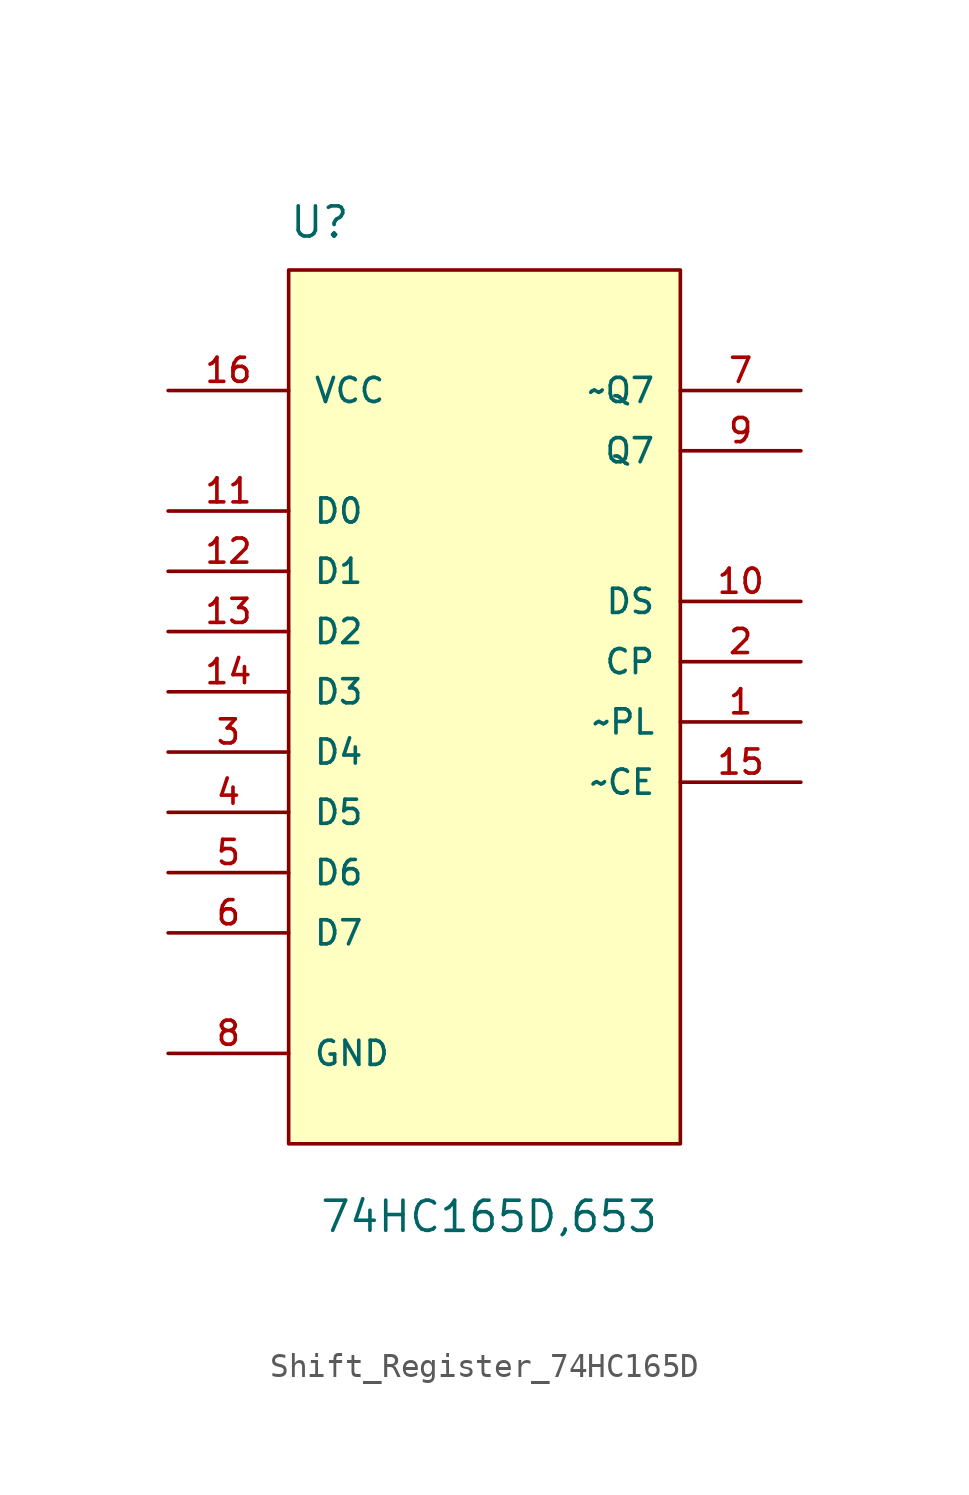
<source format=kicad_sym>
(kicad_symbol_lib
  (version 20231120)
  (generator "kicad_symbol_editor")
  (generator_version "8.0")
  (symbol "Shift_Register_74HC165D"
    (pin_names
      (offset 1.016))
    (property "Reference" "U"
      (at -12.7 22.86 0)
      (effects (font (size 1.27 1.27)) (justify left bottom)))
    (property "Value" "74HC165D,653"
      (at -11.43 -19.05 0)
      (effects (font (size 1.27 1.27)) (justify left bottom)))
    (symbol "Shift_Register_74HC165D_0_0"
      (pin input line (at 8.89 2.54 180) (length 5.08) (name "~PL" (effects (font (size 1.016 1.016)))) (number "1" (effects (font (size 1.016 1.016)))))
      (pin input line (at 8.89 7.62 180) (length 5.08) (name "DS" (effects (font (size 1.016 1.016)))) (number "10" (effects (font (size 1.016 1.016)))))
      (pin input line (at -17.78 11.43 0) (length 5.08) (name "D0" (effects (font (size 1.016 1.016)))) (number "11" (effects (font (size 1.016 1.016)))))
      (pin input line (at -17.78 8.89 0) (length 5.08) (name "D1" (effects (font (size 1.016 1.016)))) (number "12" (effects (font (size 1.016 1.016)))))
      (pin input line (at -17.78 6.35 0) (length 5.08) (name "D2" (effects (font (size 1.016 1.016)))) (number "13" (effects (font (size 1.016 1.016)))))
      (pin input line (at -17.78 3.81 0) (length 5.08) (name "D3" (effects (font (size 1.016 1.016)))) (number "14" (effects (font (size 1.016 1.016)))))
      (pin input line (at 8.89 0 180) (length 5.08) (name "~CE" (effects (font (size 1.016 1.016)))) (number "15" (effects (font (size 1.016 1.016)))))
      (pin power_in line (at -17.78 16.51 0) (length 5.08) (name "VCC" (effects (font (size 1.016 1.016)))) (number "16" (effects (font (size 1.016 1.016)))))
      (pin input line (at 8.89 5.08 180) (length 5.08) (name "CP" (effects (font (size 1.016 1.016)))) (number "2" (effects (font (size 1.016 1.016)))))
      (pin input line (at -17.78 1.27 0) (length 5.08) (name "D4" (effects (font (size 1.016 1.016)))) (number "3" (effects (font (size 1.016 1.016)))))
      (pin input line (at -17.78 -1.27 0) (length 5.08) (name "D5" (effects (font (size 1.016 1.016)))) (number "4" (effects (font (size 1.016 1.016)))))
      (pin input line (at -17.78 -3.81 0) (length 5.08) (name "D6" (effects (font (size 1.016 1.016)))) (number "5" (effects (font (size 1.016 1.016)))))
      (pin input line (at -17.78 -6.35 0) (length 5.08) (name "D7" (effects (font (size 1.016 1.016)))) (number "6" (effects (font (size 1.016 1.016)))))
      (pin output line (at 8.89 16.51 180) (length 5.08) (name "~Q7" (effects (font (size 1.016 1.016)))) (number "7" (effects (font (size 1.016 1.016)))))
      (pin passive line (at -17.78 -11.43 0) (length 5.08) (name "GND" (effects (font (size 1.016 1.016)))) (number "8" (effects (font (size 1.016 1.016)))))
      (pin output line (at 8.89 13.97 180) (length 5.08) (name "Q7" (effects (font (size 1.016 1.016)))) (number "9" (effects (font (size 1.016 1.016))))))
    (symbol "Shift_Register_74HC165D_1_0"
      (rectangle (start -12.7 21.59) (end 3.81 -15.24) (stroke (width 0) (type default)) (fill (type background))))))
</source>
